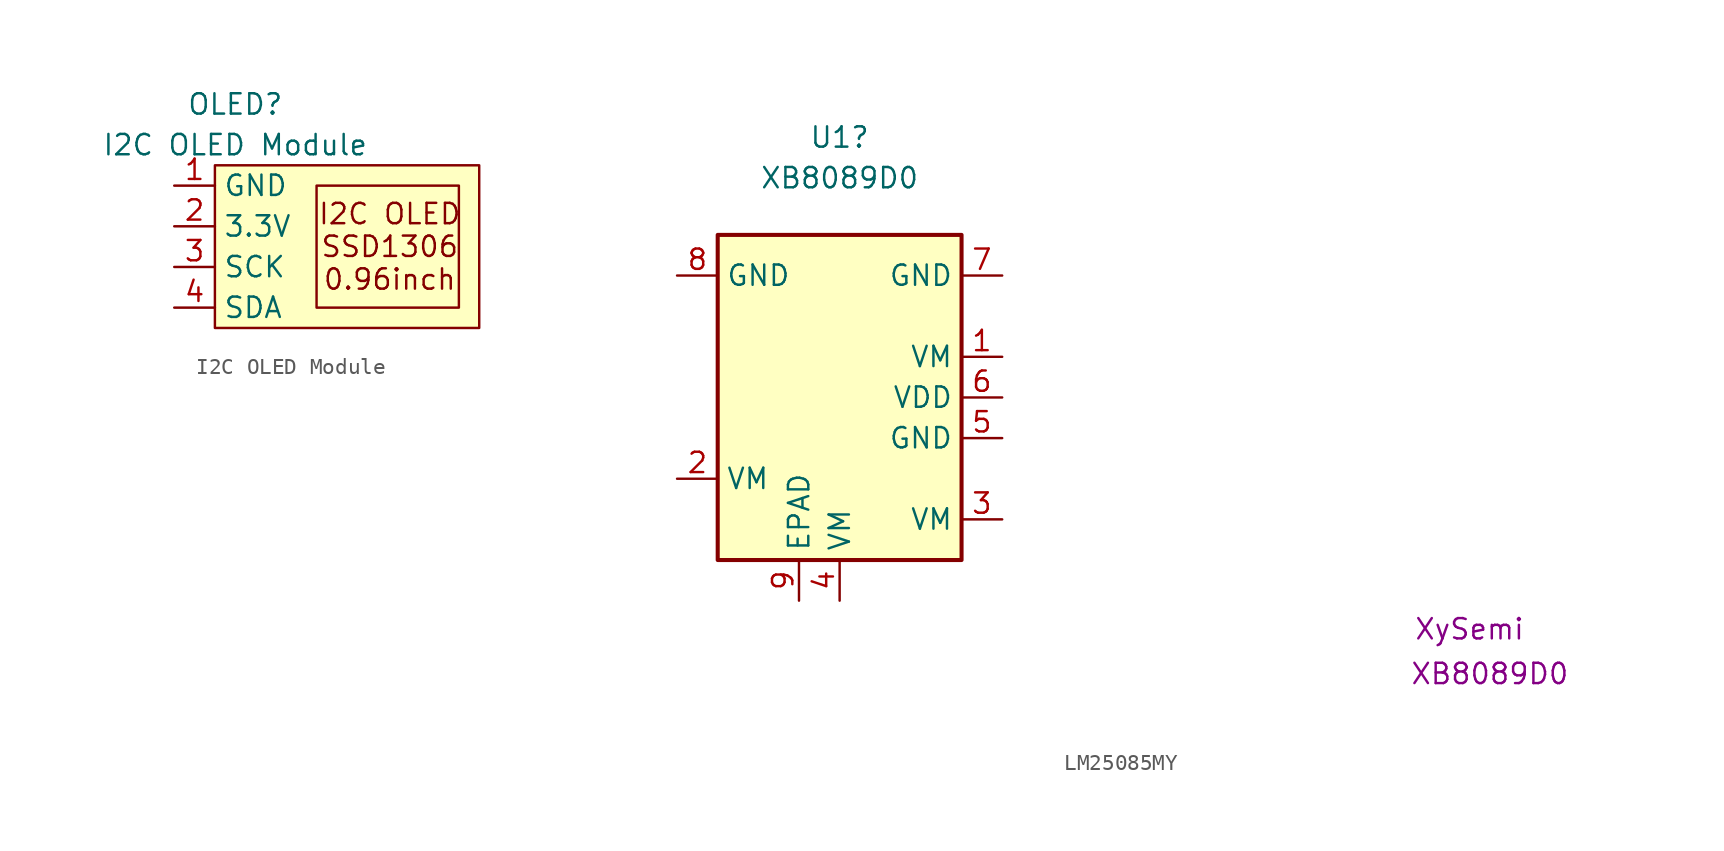
<source format=kicad_sym>
(kicad_symbol_lib
  (version 20241209)
  (generator "kicad_symbol_editor")
  (generator_version "9.0")
  (symbol "I2C OLED Module"
    (property "Reference" "OLED"
      (at 0 8.89 0)
      (effects (font (size 1.27 1.27))))
    (property "Value" "I2C OLED Module"
      (at 0 6.35 0)
      (effects (font (size 1.27 1.27))))
    (symbol "I2C OLED Module_0_1"
      (rectangle (start -1.27 5.08) (end 15.24 -5.08) (stroke (width 0) (type default)) (fill (type background)))
      (rectangle (start 5.08 3.81) (end 13.97 -3.81) (stroke (width 0) (type default)) (fill (type none))))
    (symbol "I2C OLED Module_1_1"
      (text "I2C OLED\nSSD1306\n0.96inch" (at 9.652 0 0) (effects (font (size 1.27 1.27))))
      (pin passive line (at -3.81 3.81 0) (length 2.54) (name "GND" (effects (font (size 1.27 1.27)))) (number "1" (effects (font (size 1.27 1.27)))))
      (pin passive line (at -3.81 1.27 0) (length 2.54) (name "3.3V" (effects (font (size 1.27 1.27)))) (number "2" (effects (font (size 1.27 1.27)))))
      (pin passive line (at -3.81 -1.27 0) (length 2.54) (name "SCK" (effects (font (size 1.27 1.27)))) (number "3" (effects (font (size 1.27 1.27)))))
      (pin passive line (at -3.81 -3.81 0) (length 2.54) (name "SDA" (effects (font (size 1.27 1.27)))) (number "4" (effects (font (size 1.27 1.27)))))))
  (symbol "LM25085MY"
    (property "Reference" "U1"
      (at 0 16.256 0)
      (effects (font (size 1.27 1.27))))
    (property "Value" "XB8089D0"
      (at 0 13.716 0)
      (effects (font (size 1.27 1.27))))
    (property "MPN" "XB8089D0"
      (at 40.64 -17.272 0)
      (effects (font (size 1.27 1.27))))
    (property "Manufacturer" "XySemi"
      (at 39.37 -14.478 0)
      (effects (font (size 1.27 1.27))))
    (symbol "LM25085MY_0_1"
      (rectangle (start -7.62 10.16) (end 7.62 -10.16) (stroke (width 0.254) (type default)) (fill (type background))))
    (symbol "LM25085MY_1_1"
      (pin passive line (at -10.16 7.62 0) (length 2.54) (name "GND" (effects (font (size 1.27 1.27)))) (number "8" (effects (font (size 1.27 1.27)))))
      (pin passive line (at -10.16 -5.08 0) (length 2.54) (name "VM" (effects (font (size 1.27 1.27)))) (number "2" (effects (font (size 1.27 1.27)))))
      (pin passive line (at -2.54 -12.7 90) (length 2.54) (name "EPAD" (effects (font (size 1.27 1.27)))) (number "9" (effects (font (size 1.27 1.27)))))
      (pin passive line (at 0 -12.7 90) (length 2.54) (name "VM" (effects (font (size 1.27 1.27)))) (number "4" (effects (font (size 1.27 1.27)))))
      (pin passive line (at 10.16 7.62 180) (length 2.54) (name "GND" (effects (font (size 1.27 1.27)))) (number "7" (effects (font (size 1.27 1.27)))))
      (pin passive line (at 10.16 2.54 180) (length 2.54) (name "VM" (effects (font (size 1.27 1.27)))) (number "1" (effects (font (size 1.27 1.27)))))
      (pin power_in line (at 10.16 0 180) (length 2.54) (name "VDD" (effects (font (size 1.27 1.27)))) (number "6" (effects (font (size 1.27 1.27)))))
      (pin passive line (at 10.16 -2.54 180) (length 2.54) (name "GND" (effects (font (size 1.27 1.27)))) (number "5" (effects (font (size 1.27 1.27)))))
      (pin passive line (at 10.16 -7.62 180) (length 2.54) (name "VM" (effects (font (size 1.27 1.27)))) (number "3" (effects (font (size 1.27 1.27))))))))
</source>
